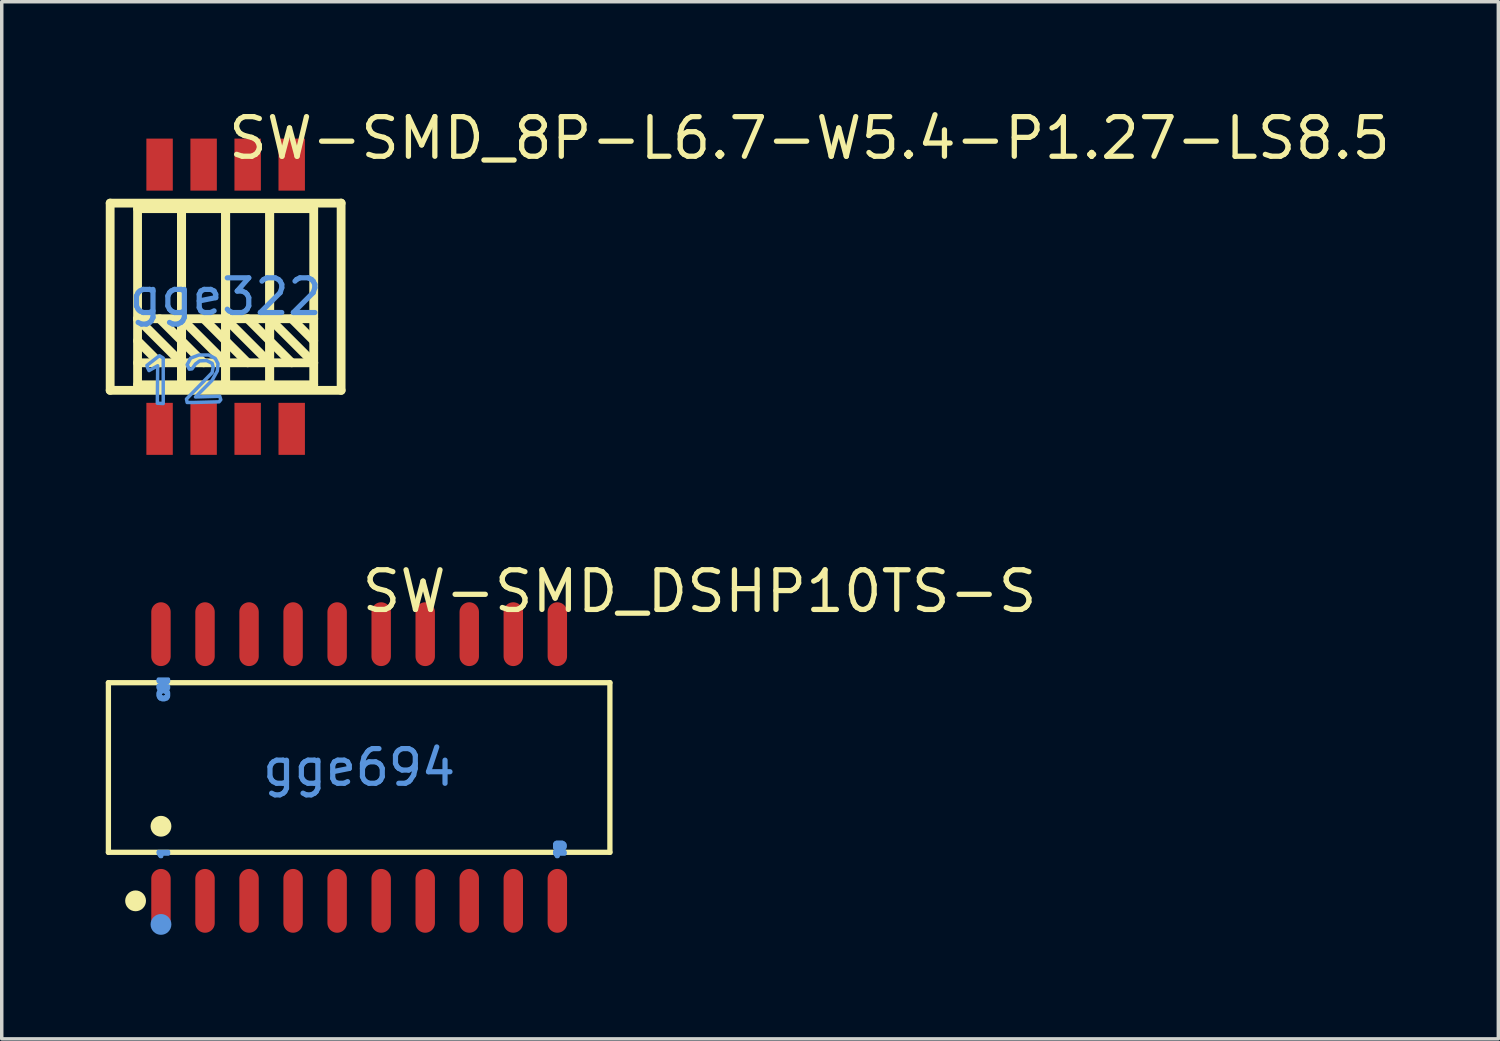
<source format=kicad_pcb>
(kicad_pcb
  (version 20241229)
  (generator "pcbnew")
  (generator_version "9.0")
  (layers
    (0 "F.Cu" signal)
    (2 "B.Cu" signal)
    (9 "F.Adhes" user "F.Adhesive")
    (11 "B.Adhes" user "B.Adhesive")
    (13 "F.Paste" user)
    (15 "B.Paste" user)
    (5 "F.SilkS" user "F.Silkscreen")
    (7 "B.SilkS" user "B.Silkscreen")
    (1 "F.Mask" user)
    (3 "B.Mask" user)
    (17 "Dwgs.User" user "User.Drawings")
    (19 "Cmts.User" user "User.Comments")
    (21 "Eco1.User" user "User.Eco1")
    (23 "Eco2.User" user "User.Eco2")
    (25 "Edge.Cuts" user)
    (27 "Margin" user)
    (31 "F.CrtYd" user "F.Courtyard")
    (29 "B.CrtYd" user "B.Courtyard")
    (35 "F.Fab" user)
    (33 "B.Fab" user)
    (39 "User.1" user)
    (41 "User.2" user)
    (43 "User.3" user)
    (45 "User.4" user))
  (footprint "SW-SMD_DSHP10TS-S"
    (layer "F.Cu")
    (at 7.307 19.083)
    (property "Reference" "SW-SMD_DSHP10TS-S" (at 0 -5.08 0) (layer "F.SilkS") (effects (font (size 1.143 1.143) (thickness 0.152)) (justify left)))
    (attr smd)
    (fp_line (start -7.231 -2.446) (end 7.231 -2.446) (stroke (width 0.152) (type solid)) (layer "F.SilkS"))
    (fp_line (start -7.231 2.446) (end -7.231 -2.446) (stroke (width 0.152) (type solid)) (layer "F.SilkS"))
    (fp_line (start 7.231 -2.446) (end 7.231 2.446) (stroke (width 0.152) (type solid)) (layer "F.SilkS"))
    (fp_line (start 7.231 2.446) (end -7.231 2.446) (stroke (width 0.152) (type solid)) (layer "F.SilkS"))
    (fp_circle (center -6.447 3.845) (end -6.297 3.845) (stroke (width 0.3) (type solid)) (fill no) (layer "F.SilkS"))
    (fp_circle (center -5.715 1.694) (end -5.565 1.694) (stroke (width 0.3) (type solid)) (fill no) (layer "F.SilkS"))
    (fp_circle (center -5.715 4.525) (end -5.565 4.525) (stroke (width 0.3) (type solid)) (fill no) (layer "Cmts.User"))
    (fp_poly (pts (xy -5.789 -2.531) (xy -5.789 -2.549) (xy -5.501 -2.549) (xy -5.501 -2.531)) (stroke (width 0.1) (type solid)) (fill no) (layer "Cmts.User"))
    (fp_poly (pts (xy -5.789 -2.513) (xy -5.789 -2.531) (xy -5.501 -2.531) (xy -5.501 -2.513)) (stroke (width 0.1) (type solid)) (fill no) (layer "Cmts.User"))
    (fp_poly (pts (xy -5.789 -2.495) (xy -5.789 -2.513) (xy -5.501 -2.513) (xy -5.501 -2.495)) (stroke (width 0.1) (type solid)) (fill no) (layer "Cmts.User"))
    (fp_poly (pts (xy -5.789 -2.477) (xy -5.789 -2.495) (xy -5.501 -2.495) (xy -5.501 -2.477)) (stroke (width 0.1) (type solid)) (fill no) (layer "Cmts.User"))
    (fp_poly (pts (xy -5.789 -2.351) (xy -5.789 -2.369) (xy -5.681 -2.369) (xy -5.681 -2.351)) (stroke (width 0.1) (type solid)) (fill no) (layer "Cmts.User"))
    (fp_poly (pts (xy -5.789 -2.333) (xy -5.789 -2.351) (xy -5.501 -2.351) (xy -5.501 -2.333)) (stroke (width 0.1) (type solid)) (fill no) (layer "Cmts.User"))
    (fp_poly (pts (xy -5.789 -2.315) (xy -5.789 -2.333) (xy -5.501 -2.333) (xy -5.501 -2.315)) (stroke (width 0.1) (type solid)) (fill no) (layer "Cmts.User"))
    (fp_poly (pts (xy -5.789 -2.297) (xy -5.789 -2.315) (xy -5.501 -2.315) (xy -5.501 -2.297)) (stroke (width 0.1) (type solid)) (fill no) (layer "Cmts.User"))
    (fp_poly (pts (xy -5.789 -2.279) (xy -5.789 -2.297) (xy -5.501 -2.297) (xy -5.501 -2.279)) (stroke (width 0.1) (type solid)) (fill no) (layer "Cmts.User"))
    (fp_poly (pts (xy -5.789 -2.153) (xy -5.789 -2.171) (xy -5.735 -2.171) (xy -5.735 -2.153)) (stroke (width 0.1) (type solid)) (fill no) (layer "Cmts.User"))
    (fp_poly (pts (xy -5.789 -2.135) (xy -5.789 -2.153) (xy -5.735 -2.153) (xy -5.735 -2.135)) (stroke (width 0.1) (type solid)) (fill no) (layer "Cmts.User"))
    (fp_poly (pts (xy -5.789 -2.117) (xy -5.789 -2.135) (xy -5.753 -2.135) (xy -5.753 -2.117)) (stroke (width 0.1) (type solid)) (fill no) (layer "Cmts.User"))
    (fp_poly (pts (xy -5.789 -2.099) (xy -5.789 -2.117) (xy -5.753 -2.117) (xy -5.753 -2.099)) (stroke (width 0.1) (type solid)) (fill no) (layer "Cmts.User"))
    (fp_poly (pts (xy -5.789 -2.081) (xy -5.789 -2.099) (xy -5.753 -2.099) (xy -5.753 -2.081)) (stroke (width 0.1) (type solid)) (fill no) (layer "Cmts.User"))
    (fp_poly (pts (xy -5.789 -2.063) (xy -5.789 -2.081) (xy -5.735 -2.081) (xy -5.735 -2.063)) (stroke (width 0.1) (type solid)) (fill no) (layer "Cmts.User"))
    (fp_poly (pts (xy -5.789 -2.045) (xy -5.789 -2.063) (xy -5.735 -2.063) (xy -5.735 -2.045)) (stroke (width 0.1) (type solid)) (fill no) (layer "Cmts.User"))
    (fp_poly (pts (xy -5.789 2.441) (xy -5.789 2.423) (xy -5.501 2.423) (xy -5.501 2.441)) (stroke (width 0.1) (type solid)) (fill no) (layer "Cmts.User"))
    (fp_poly (pts (xy -5.789 2.459) (xy -5.789 2.441) (xy -5.501 2.441) (xy -5.501 2.459)) (stroke (width 0.1) (type solid)) (fill no) (layer "Cmts.User"))
    (fp_poly (pts (xy -5.789 2.477) (xy -5.789 2.459) (xy -5.501 2.459) (xy -5.501 2.477)) (stroke (width 0.1) (type solid)) (fill no) (layer "Cmts.User"))
    (fp_poly (pts (xy -5.771 -2.189) (xy -5.771 -2.207) (xy -5.519 -2.207) (xy -5.519 -2.189)) (stroke (width 0.1) (type solid)) (fill no) (layer "Cmts.User"))
    (fp_poly (pts (xy -5.771 -2.171) (xy -5.771 -2.189) (xy -5.699 -2.189) (xy -5.699 -2.171)) (stroke (width 0.1) (type solid)) (fill no) (layer "Cmts.User"))
    (fp_poly (pts (xy -5.771 -2.027) (xy -5.771 -2.045) (xy -5.699 -2.045) (xy -5.699 -2.027)) (stroke (width 0.1) (type solid)) (fill no) (layer "Cmts.User"))
    (fp_poly (pts (xy -5.771 -2.009) (xy -5.771 -2.027) (xy -5.519 -2.027) (xy -5.519 -2.009)) (stroke (width 0.1) (type solid)) (fill no) (layer "Cmts.User"))
    (fp_poly (pts (xy -5.771 2.495) (xy -5.771 2.477) (xy -5.501 2.477) (xy -5.501 2.495)) (stroke (width 0.1) (type solid)) (fill no) (layer "Cmts.User"))
    (fp_poly (pts (xy -5.771 2.513) (xy -5.771 2.495) (xy -5.717 2.495) (xy -5.717 2.513)) (stroke (width 0.1) (type solid)) (fill no) (layer "Cmts.User"))
    (fp_poly (pts (xy -5.753 -2.369) (xy -5.753 -2.387) (xy -5.663 -2.387) (xy -5.663 -2.369)) (stroke (width 0.1) (type solid)) (fill no) (layer "Cmts.User"))
    (fp_poly (pts (xy -5.753 -2.207) (xy -5.753 -2.225) (xy -5.537 -2.225) (xy -5.537 -2.207)) (stroke (width 0.1) (type solid)) (fill no) (layer "Cmts.User"))
    (fp_poly (pts (xy -5.753 -1.991) (xy -5.753 -2.009) (xy -5.537 -2.009) (xy -5.537 -1.991)) (stroke (width 0.1) (type solid)) (fill no) (layer "Cmts.User"))
    (fp_poly (pts (xy -5.753 2.531) (xy -5.753 2.513) (xy -5.699 2.513) (xy -5.699 2.531)) (stroke (width 0.1) (type solid)) (fill no) (layer "Cmts.User"))
    (fp_poly (pts (xy -5.735 -2.387) (xy -5.735 -2.405) (xy -5.627 -2.405) (xy -5.627 -2.387)) (stroke (width 0.1) (type solid)) (fill no) (layer "Cmts.User"))
    (fp_poly (pts (xy -5.735 -2.225) (xy -5.735 -2.243) (xy -5.555 -2.243) (xy -5.555 -2.225)) (stroke (width 0.1) (type solid)) (fill no) (layer "Cmts.User"))
    (fp_poly (pts (xy -5.735 -1.973) (xy -5.735 -1.991) (xy -5.555 -1.991) (xy -5.555 -1.973)) (stroke (width 0.1) (type solid)) (fill no) (layer "Cmts.User"))
    (fp_poly (pts (xy -5.735 2.549) (xy -5.735 2.531) (xy -5.699 2.531) (xy -5.699 2.549)) (stroke (width 0.1) (type solid)) (fill no) (layer "Cmts.User"))
    (fp_poly (pts (xy -5.735 2.567) (xy -5.735 2.549) (xy -5.699 2.549) (xy -5.699 2.567)) (stroke (width 0.1) (type solid)) (fill no) (layer "Cmts.User"))
    (fp_poly (pts (xy -5.699 -2.405) (xy -5.699 -2.423) (xy -5.591 -2.423) (xy -5.591 -2.405)) (stroke (width 0.1) (type solid)) (fill no) (layer "Cmts.User"))
    (fp_poly (pts (xy -5.699 -2.243) (xy -5.699 -2.261) (xy -5.591 -2.261) (xy -5.591 -2.243)) (stroke (width 0.1) (type solid)) (fill no) (layer "Cmts.User"))
    (fp_poly (pts (xy -5.681 -2.423) (xy -5.681 -2.441) (xy -5.573 -2.441) (xy -5.573 -2.423)) (stroke (width 0.1) (type solid)) (fill no) (layer "Cmts.User"))
    (fp_poly (pts (xy -5.681 -1.955) (xy -5.681 -1.973) (xy -5.609 -1.973) (xy -5.609 -1.955)) (stroke (width 0.1) (type solid)) (fill no) (layer "Cmts.User"))
    (fp_poly (pts (xy -5.645 -2.441) (xy -5.645 -2.459) (xy -5.537 -2.459) (xy -5.537 -2.441)) (stroke (width 0.1) (type solid)) (fill no) (layer "Cmts.User"))
    (fp_poly (pts (xy -5.627 -2.459) (xy -5.627 -2.477) (xy -5.519 -2.477) (xy -5.519 -2.459)) (stroke (width 0.1) (type solid)) (fill no) (layer "Cmts.User"))
    (fp_poly (pts (xy -5.591 -2.171) (xy -5.591 -2.189) (xy -5.519 -2.189) (xy -5.519 -2.171)) (stroke (width 0.1) (type solid)) (fill no) (layer "Cmts.User"))
    (fp_poly (pts (xy -5.591 -2.027) (xy -5.591 -2.045) (xy -5.519 -2.045) (xy -5.519 -2.027)) (stroke (width 0.1) (type solid)) (fill no) (layer "Cmts.User"))
    (fp_poly (pts (xy -5.555 -2.153) (xy -5.555 -2.171) (xy -5.501 -2.171) (xy -5.501 -2.153)) (stroke (width 0.1) (type solid)) (fill no) (layer "Cmts.User"))
    (fp_poly (pts (xy -5.555 -2.135) (xy -5.555 -2.153) (xy -5.501 -2.153) (xy -5.501 -2.135)) (stroke (width 0.1) (type solid)) (fill no) (layer "Cmts.User"))
    (fp_poly (pts (xy -5.555 -2.063) (xy -5.555 -2.081) (xy -5.501 -2.081) (xy -5.501 -2.063)) (stroke (width 0.1) (type solid)) (fill no) (layer "Cmts.User"))
    (fp_poly (pts (xy -5.555 -2.045) (xy -5.555 -2.063) (xy -5.501 -2.063) (xy -5.501 -2.045)) (stroke (width 0.1) (type solid)) (fill no) (layer "Cmts.User"))
    (fp_poly (pts (xy -5.537 -2.117) (xy -5.537 -2.135) (xy -5.501 -2.135) (xy -5.501 -2.117)) (stroke (width 0.1) (type solid)) (fill no) (layer "Cmts.User"))
    (fp_poly (pts (xy -5.537 -2.099) (xy -5.537 -2.117) (xy -5.501 -2.117) (xy -5.501 -2.099)) (stroke (width 0.1) (type solid)) (fill no) (layer "Cmts.User"))
    (fp_poly (pts (xy -5.537 -2.081) (xy -5.537 -2.099) (xy -5.501 -2.099) (xy -5.501 -2.081)) (stroke (width 0.1) (type solid)) (fill no) (layer "Cmts.User"))
    (fp_poly (pts (xy 5.641 2.225) (xy 5.641 2.207) (xy 5.749 2.207) (xy 5.749 2.225)) (stroke (width 0.1) (type solid)) (fill no) (layer "Cmts.User"))
    (fp_poly (pts (xy 5.641 2.243) (xy 5.641 2.225) (xy 5.695 2.225) (xy 5.695 2.243)) (stroke (width 0.1) (type solid)) (fill no) (layer "Cmts.User"))
    (fp_poly (pts (xy 5.641 2.261) (xy 5.641 2.243) (xy 5.677 2.243) (xy 5.677 2.261)) (stroke (width 0.1) (type solid)) (fill no) (layer "Cmts.User"))
    (fp_poly (pts (xy 5.641 2.279) (xy 5.641 2.261) (xy 5.677 2.261) (xy 5.677 2.279)) (stroke (width 0.1) (type solid)) (fill no) (layer "Cmts.User"))
    (fp_poly (pts (xy 5.641 2.297) (xy 5.641 2.279) (xy 5.713 2.279) (xy 5.713 2.297)) (stroke (width 0.1) (type solid)) (fill no) (layer "Cmts.User"))
    (fp_poly (pts (xy 5.641 2.315) (xy 5.641 2.297) (xy 5.929 2.297) (xy 5.929 2.315)) (stroke (width 0.1) (type solid)) (fill no) (layer "Cmts.User"))
    (fp_poly (pts (xy 5.641 2.441) (xy 5.641 2.423) (xy 5.929 2.423) (xy 5.929 2.441)) (stroke (width 0.1) (type solid)) (fill no) (layer "Cmts.User"))
    (fp_poly (pts (xy 5.641 2.459) (xy 5.641 2.441) (xy 5.929 2.441) (xy 5.929 2.459)) (stroke (width 0.1) (type solid)) (fill no) (layer "Cmts.User"))
    (fp_poly (pts (xy 5.641 2.477) (xy 5.641 2.459) (xy 5.929 2.459) (xy 5.929 2.477)) (stroke (width 0.1) (type solid)) (fill no) (layer "Cmts.User"))
    (fp_poly (pts (xy 5.659 2.189) (xy 5.659 2.171) (xy 5.893 2.171) (xy 5.893 2.189)) (stroke (width 0.1) (type solid)) (fill no) (layer "Cmts.User"))
    (fp_poly (pts (xy 5.659 2.207) (xy 5.659 2.189) (xy 5.911 2.189) (xy 5.911 2.207)) (stroke (width 0.1) (type solid)) (fill no) (layer "Cmts.User"))
    (fp_poly (pts (xy 5.659 2.333) (xy 5.659 2.315) (xy 5.911 2.315) (xy 5.911 2.333)) (stroke (width 0.1) (type solid)) (fill no) (layer "Cmts.User"))
    (fp_poly (pts (xy 5.659 2.495) (xy 5.659 2.477) (xy 5.929 2.477) (xy 5.929 2.495)) (stroke (width 0.1) (type solid)) (fill no) (layer "Cmts.User"))
    (fp_poly (pts (xy 5.659 2.513) (xy 5.659 2.495) (xy 5.713 2.495) (xy 5.713 2.513)) (stroke (width 0.1) (type solid)) (fill no) (layer "Cmts.User"))
    (fp_poly (pts (xy 5.677 2.351) (xy 5.677 2.333) (xy 5.893 2.333) (xy 5.893 2.351)) (stroke (width 0.1) (type solid)) (fill no) (layer "Cmts.User"))
    (fp_poly (pts (xy 5.677 2.531) (xy 5.677 2.513) (xy 5.731 2.513) (xy 5.731 2.531)) (stroke (width 0.1) (type solid)) (fill no) (layer "Cmts.User"))
    (fp_poly (pts (xy 5.695 2.171) (xy 5.695 2.153) (xy 5.857 2.153) (xy 5.857 2.171)) (stroke (width 0.1) (type solid)) (fill no) (layer "Cmts.User"))
    (fp_poly (pts (xy 5.695 2.549) (xy 5.695 2.531) (xy 5.731 2.531) (xy 5.731 2.549)) (stroke (width 0.1) (type solid)) (fill no) (layer "Cmts.User"))
    (fp_poly (pts (xy 5.695 2.567) (xy 5.695 2.549) (xy 5.731 2.549) (xy 5.731 2.567)) (stroke (width 0.1) (type solid)) (fill no) (layer "Cmts.User"))
    (fp_poly (pts (xy 5.731 2.369) (xy 5.731 2.351) (xy 5.857 2.351) (xy 5.857 2.369)) (stroke (width 0.1) (type solid)) (fill no) (layer "Cmts.User"))
    (fp_poly (pts (xy 5.821 2.225) (xy 5.821 2.207) (xy 5.929 2.207) (xy 5.929 2.225)) (stroke (width 0.1) (type solid)) (fill no) (layer "Cmts.User"))
    (fp_poly (pts (xy 5.875 2.243) (xy 5.875 2.225) (xy 5.929 2.225) (xy 5.929 2.243)) (stroke (width 0.1) (type solid)) (fill no) (layer "Cmts.User"))
    (fp_poly (pts (xy 5.875 2.297) (xy 5.875 2.279) (xy 5.929 2.279) (xy 5.929 2.297)) (stroke (width 0.1) (type solid)) (fill no) (layer "Cmts.User"))
    (fp_poly (pts (xy 5.893 2.261) (xy 5.893 2.243) (xy 5.929 2.243) (xy 5.929 2.261)) (stroke (width 0.1) (type solid)) (fill no) (layer "Cmts.User"))
    (fp_poly (pts (xy 5.893 2.279) (xy 5.893 2.261) (xy 5.929 2.261) (xy 5.929 2.279)) (stroke (width 0.1) (type solid)) (fill no) (layer "Cmts.User"))
    (fp_text user "gge694" (at 0 0 0) (layer "Cmts.User") (effects (font (size 1 1) (thickness 0.15))))
    (pad "1" smd oval (at -5.715 3.845) (size 0.56 1.84) (layers "F.Cu" "F.Mask" "F.Paste"))
    (pad "2" smd oval (at -4.445 3.845) (size 0.56 1.84) (layers "F.Cu" "F.Mask" "F.Paste"))
    (pad "3" smd oval (at -3.175 3.845) (size 0.56 1.84) (layers "F.Cu" "F.Mask" "F.Paste"))
    (pad "4" smd oval (at -1.905 3.845) (size 0.56 1.84) (layers "F.Cu" "F.Mask" "F.Paste"))
    (pad "5" smd oval (at -0.635 3.845) (size 0.56 1.84) (layers "F.Cu" "F.Mask" "F.Paste"))
    (pad "6" smd oval (at 0.635 3.845) (size 0.56 1.84) (layers "F.Cu" "F.Mask" "F.Paste"))
    (pad "7" smd oval (at 1.905 3.845) (size 0.56 1.84) (layers "F.Cu" "F.Mask" "F.Paste"))
    (pad "8" smd oval (at 3.175 3.845) (size 0.56 1.84) (layers "F.Cu" "F.Mask" "F.Paste"))
    (pad "9" smd oval (at 4.445 3.845) (size 0.56 1.84) (layers "F.Cu" "F.Mask" "F.Paste"))
    (pad "10" smd oval (at 5.715 3.845) (size 0.56 1.84) (layers "F.Cu" "F.Mask" "F.Paste"))
    (pad "11" smd oval (at 5.715 -3.845) (size 0.56 1.84) (layers "F.Cu" "F.Mask" "F.Paste"))
    (pad "12" smd oval (at 4.445 -3.845) (size 0.56 1.84) (layers "F.Cu" "F.Mask" "F.Paste"))
    (pad "13" smd oval (at 3.175 -3.845) (size 0.56 1.84) (layers "F.Cu" "F.Mask" "F.Paste"))
    (pad "14" smd oval (at 1.905 -3.845) (size 0.56 1.84) (layers "F.Cu" "F.Mask" "F.Paste"))
    (pad "15" smd oval (at 0.635 -3.845) (size 0.56 1.84) (layers "F.Cu" "F.Mask" "F.Paste"))
    (pad "16" smd oval (at -0.635 -3.845) (size 0.56 1.84) (layers "F.Cu" "F.Mask" "F.Paste"))
    (pad "17" smd oval (at -1.905 -3.845) (size 0.56 1.84) (layers "F.Cu" "F.Mask" "F.Paste"))
    (pad "18" smd oval (at -3.175 -3.845) (size 0.56 1.84) (layers "F.Cu" "F.Mask" "F.Paste"))
    (pad "19" smd oval (at -4.445 -3.845) (size 0.56 1.84) (layers "F.Cu" "F.Mask" "F.Paste"))
    (pad "20" smd oval (at -5.715 -3.845) (size 0.56 1.84) (layers "F.Cu" "F.Mask" "F.Paste")))
  (footprint "SW-SMD_8P-L6.7-W5.4-P1.27-LS8.5"
    (layer "F.Cu")
    (at 3.457 5.507)
    (property "Reference" "SW-SMD_8P-L6.7-W5.4-P1.27-LS8.5" (at 0 -4.572 0) (layer "F.SilkS") (effects (font (size 1.143 1.143) (thickness 0.152)) (justify left)))
    (attr smd)
    (fp_line (start -3.33 -2.7) (end 3.33 -2.7) (stroke (width 0.254) (type solid)) (layer "F.SilkS"))
    (fp_line (start -3.33 2.7) (end -3.33 -2.7) (stroke (width 0.254) (type solid)) (layer "F.SilkS"))
    (fp_line (start -2.54 -2.54) (end -2.54 2.54) (stroke (width 0.254) (type solid)) (layer "F.SilkS"))
    (fp_line (start -2.54 0.635) (end -1.27 1.905) (stroke (width 0.254) (type solid)) (layer "F.SilkS"))
    (fp_line (start -2.54 1.27) (end -1.905 1.905) (stroke (width 0.254) (type solid)) (layer "F.SilkS"))
    (fp_line (start -2.54 1.905) (end -1.27 1.905) (stroke (width 0.254) (type solid)) (layer "F.SilkS"))
    (fp_line (start -2.54 2.54) (end -1.27 2.54) (stroke (width 0.254) (type solid)) (layer "F.SilkS"))
    (fp_line (start -1.905 0.635) (end -1.27 1.27) (stroke (width 0.254) (type solid)) (layer "F.SilkS"))
    (fp_line (start -1.27 -2.54) (end -2.54 -2.54) (stroke (width 0.254) (type solid)) (layer "F.SilkS"))
    (fp_line (start -1.27 -2.54) (end -1.27 2.54) (stroke (width 0.254) (type solid)) (layer "F.SilkS"))
    (fp_line (start -1.27 -2.54) (end -1.27 2.54) (stroke (width 0.254) (type solid)) (layer "F.SilkS"))
    (fp_line (start -1.27 0.635) (end -2.54 0.635) (stroke (width 0.254) (type solid)) (layer "F.SilkS"))
    (fp_line (start -1.27 0.635) (end 0 0.635) (stroke (width 0.254) (type solid)) (layer "F.SilkS"))
    (fp_line (start -1.27 1.27) (end -0.635 1.905) (stroke (width 0.254) (type solid)) (layer "F.SilkS"))
    (fp_line (start -1.27 1.905) (end 0 1.905) (stroke (width 0.254) (type solid)) (layer "F.SilkS"))
    (fp_line (start -1.27 2.54) (end -1.27 -2.54) (stroke (width 0.254) (type solid)) (layer "F.SilkS"))
    (fp_line (start -1.27 2.54) (end -1.27 -2.54) (stroke (width 0.254) (type solid)) (layer "F.SilkS"))
    (fp_line (start -1.27 2.54) (end 0 2.54) (stroke (width 0.254) (type solid)) (layer "F.SilkS"))
    (fp_line (start -0.635 0.635) (end 0 1.27) (stroke (width 0.254) (type solid)) (layer "F.SilkS"))
    (fp_line (start 0 -2.54) (end -1.27 -2.54) (stroke (width 0.254) (type solid)) (layer "F.SilkS"))
    (fp_line (start 0 -2.54) (end 0 2.54) (stroke (width 0.254) (type solid)) (layer "F.SilkS"))
    (fp_line (start 0 -2.54) (end 1.27 -2.54) (stroke (width 0.254) (type solid)) (layer "F.SilkS"))
    (fp_line (start 0 0.635) (end 1.27 0.635) (stroke (width 0.254) (type solid)) (layer "F.SilkS"))
    (fp_line (start 0 0.635) (end 1.27 1.905) (stroke (width 0.254) (type solid)) (layer "F.SilkS"))
    (fp_line (start 0 1.27) (end 0.635 1.905) (stroke (width 0.254) (type solid)) (layer "F.SilkS"))
    (fp_line (start 0 1.905) (end -1.27 0.635) (stroke (width 0.254) (type solid)) (layer "F.SilkS"))
    (fp_line (start 0 2.54) (end 0 -2.54) (stroke (width 0.254) (type solid)) (layer "F.SilkS"))
    (fp_line (start 0 2.54) (end 0 -2.54) (stroke (width 0.254) (type solid)) (layer "F.SilkS"))
    (fp_line (start 0.635 0.635) (end 1.27 1.27) (stroke (width 0.254) (type solid)) (layer "F.SilkS"))
    (fp_line (start 1.27 -2.54) (end 1.27 2.54) (stroke (width 0.254) (type solid)) (layer "F.SilkS"))
    (fp_line (start 1.27 -2.54) (end 2.54 -2.54) (stroke (width 0.254) (type solid)) (layer "F.SilkS"))
    (fp_line (start 1.27 0.635) (end 2.54 0.635) (stroke (width 0.254) (type solid)) (layer "F.SilkS"))
    (fp_line (start 1.27 0.635) (end 2.54 1.905) (stroke (width 0.254) (type solid)) (layer "F.SilkS"))
    (fp_line (start 1.27 1.27) (end 1.905 1.905) (stroke (width 0.254) (type solid)) (layer "F.SilkS"))
    (fp_line (start 1.27 1.905) (end 0 1.905) (stroke (width 0.254) (type solid)) (layer "F.SilkS"))
    (fp_line (start 1.27 2.54) (end 0 2.54) (stroke (width 0.254) (type solid)) (layer "F.SilkS"))
    (fp_line (start 1.27 2.54) (end 1.27 -2.54) (stroke (width 0.254) (type solid)) (layer "F.SilkS"))
    (fp_line (start 1.905 0.635) (end 2.54 1.27) (stroke (width 0.254) (type solid)) (layer "F.SilkS"))
    (fp_line (start 2.54 -2.54) (end 2.54 2.54) (stroke (width 0.254) (type solid)) (layer "F.SilkS"))
    (fp_line (start 2.54 1.905) (end 1.27 1.905) (stroke (width 0.254) (type solid)) (layer "F.SilkS"))
    (fp_line (start 2.54 2.54) (end 1.27 2.54) (stroke (width 0.254) (type solid)) (layer "F.SilkS"))
    (fp_line (start 3.33 -2.7) (end 3.33 2.7) (stroke (width 0.254) (type solid)) (layer "F.SilkS"))
    (fp_line (start 3.33 2.7) (end -3.33 2.7) (stroke (width 0.254) (type solid)) (layer "F.SilkS"))
    (fp_poly (pts (xy -2.25 2.05) (xy -2.21 2.13) (xy -1.96 1.99) (xy -1.97 3.07) (xy -1.8 3.08) (xy -1.8 1.77) (xy -1.91 1.7) (xy -2.27 1.98)) (stroke (width 0.1) (type solid)) (fill no) (layer "Cmts.User"))
    (fp_poly (pts (xy -0.97 2.08) (xy -0.87 1.94) (xy -0.75 1.85) (xy -0.55 1.84) (xy -0.39 1.92) (xy -0.36 2.03) (xy -0.39 2.19) (xy -1.13 2.95) (xy -1.11 3.05) (xy -0.96 3.05) (xy -0.19 3.03) (xy -0.14 2.97) (xy -0.17 2.87) (xy -0.87 2.89) (xy -0.39 2.41) (xy -0.24 2.14) (xy -0.22 1.93) (xy -0.3 1.78) (xy -0.49 1.68) (xy -0.77 1.68) (xy -1.01 1.77) (xy -1.11 1.96) (xy -1.05 2.09)) (stroke (width 0.1) (type solid)) (fill no) (layer "Cmts.User"))
    (fp_text user "gge322" (at 0 0 0) (layer "Cmts.User") (effects (font (size 1 1) (thickness 0.15))))
    (pad "1" smd rect (at -1.905 3.81 270) (size 1.5 0.762) (layers "F.Cu" "F.Mask" "F.Paste"))
    (pad "2" smd rect (at -0.635 3.81 270) (size 1.5 0.762) (layers "F.Cu" "F.Mask" "F.Paste"))
    (pad "3" smd rect (at 0.635 3.81 270) (size 1.5 0.762) (layers "F.Cu" "F.Mask" "F.Paste"))
    (pad "4" smd rect (at 1.905 3.81 270) (size 1.5 0.762) (layers "F.Cu" "F.Mask" "F.Paste"))
    (pad "5" smd rect (at 1.905 -3.81 270) (size 1.5 0.762) (layers "F.Cu" "F.Mask" "F.Paste"))
    (pad "6" smd rect (at 0.635 -3.81 270) (size 1.5 0.762) (layers "F.Cu" "F.Mask" "F.Paste"))
    (pad "7" smd rect (at -0.635 -3.81 270) (size 1.5 0.762) (layers "F.Cu" "F.Mask" "F.Paste"))
    (pad "8" smd rect (at -1.905 -3.81 270) (size 1.5 0.762) (layers "F.Cu" "F.Mask" "F.Paste")))
  (gr_rect
    (start -3 -3)
    (end 40.158 26.908)
    (stroke (width 0.1) (type default))
    (fill no)
    (layer "Edge.Cuts")))
</source>
